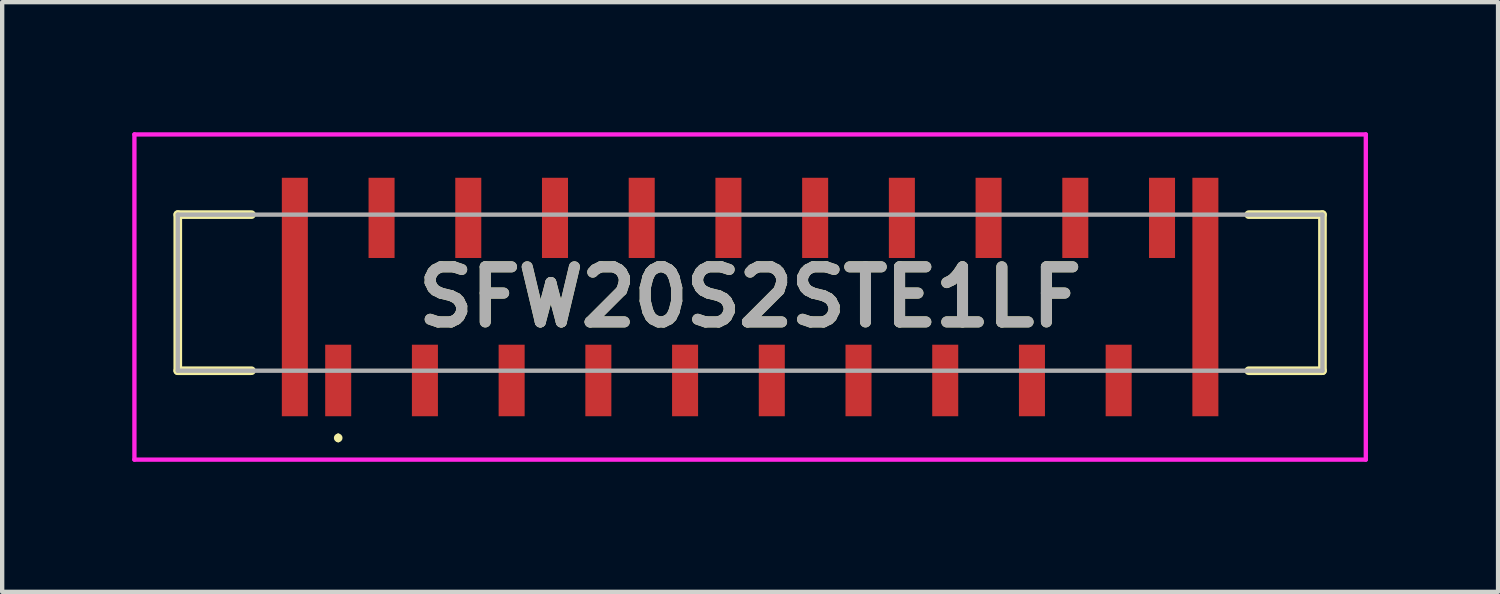
<source format=kicad_pcb>
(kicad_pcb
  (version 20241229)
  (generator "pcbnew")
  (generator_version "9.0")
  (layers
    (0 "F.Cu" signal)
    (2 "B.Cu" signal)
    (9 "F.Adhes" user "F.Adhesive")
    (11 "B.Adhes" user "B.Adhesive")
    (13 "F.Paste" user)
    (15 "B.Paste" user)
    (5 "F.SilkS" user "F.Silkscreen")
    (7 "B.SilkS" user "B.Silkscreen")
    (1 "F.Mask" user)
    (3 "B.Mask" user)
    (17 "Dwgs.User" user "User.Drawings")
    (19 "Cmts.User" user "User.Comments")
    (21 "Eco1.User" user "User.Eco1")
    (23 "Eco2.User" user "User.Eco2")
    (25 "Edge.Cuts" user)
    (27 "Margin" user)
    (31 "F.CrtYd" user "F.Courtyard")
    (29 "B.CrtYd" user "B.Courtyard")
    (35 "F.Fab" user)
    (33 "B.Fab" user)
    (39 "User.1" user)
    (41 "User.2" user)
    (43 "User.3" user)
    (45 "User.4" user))
  (footprint "SFW20S2STE1LF"
    (layer "F.Cu")
    (at 14.25 3.8)
    (property "Reference" "SFW20S2STE1LF" (at 0 0 0) (layer "F.SilkS") (effects (font (size 1.27 1.27) (thickness 0.254))))
    (attr smd)
    (fp_line (start -13.2 -1.9) (end -13.2 1.7) (stroke (width 0.2) (type solid)) (layer "F.SilkS"))
    (fp_line (start -13.2 1.7) (end -11.5 1.7) (stroke (width 0.2) (type solid)) (layer "F.SilkS"))
    (fp_line (start -11.5 -1.9) (end -13.2 -1.9) (stroke (width 0.2) (type solid)) (layer "F.SilkS"))
    (fp_line (start -9.5 3.2) (end -9.5 3.2) (stroke (width 0.1) (type solid)) (layer "F.SilkS"))
    (fp_line (start -9.5 3.3) (end -9.5 3.3) (stroke (width 0.1) (type solid)) (layer "F.SilkS"))
    (fp_line (start 11.5 -1.9) (end 13.2 -1.9) (stroke (width 0.2) (type solid)) (layer "F.SilkS"))
    (fp_line (start 13.2 -1.9) (end 13.2 1.7) (stroke (width 0.2) (type solid)) (layer "F.SilkS"))
    (fp_line (start 13.2 1.7) (end 11.5 1.7) (stroke (width 0.2) (type solid)) (layer "F.SilkS"))
    (fp_arc (start -9.5 3.2) (mid -9.45 3.25) (end -9.5 3.3) (stroke (width 0.1) (type solid)) (layer "F.SilkS"))
    (fp_arc (start -9.5 3.3) (mid -9.55 3.25) (end -9.5 3.2) (stroke (width 0.1) (type solid)) (layer "F.SilkS"))
    (fp_line (start -14.2 -3.75) (end 14.2 -3.75) (stroke (width 0.1) (type solid)) (layer "F.CrtYd"))
    (fp_line (start -14.2 3.75) (end -14.2 -3.75) (stroke (width 0.1) (type solid)) (layer "F.CrtYd"))
    (fp_line (start 14.2 -3.75) (end 14.2 3.75) (stroke (width 0.1) (type solid)) (layer "F.CrtYd"))
    (fp_line (start 14.2 3.75) (end -14.2 3.75) (stroke (width 0.1) (type solid)) (layer "F.CrtYd"))
    (fp_line (start -13.2 -1.9) (end 13.2 -1.9) (stroke (width 0.1) (type solid)) (layer "F.Fab"))
    (fp_line (start -13.2 1.7) (end -13.2 -1.9) (stroke (width 0.1) (type solid)) (layer "F.Fab"))
    (fp_line (start 13.2 -1.9) (end 13.2 1.7) (stroke (width 0.1) (type solid)) (layer "F.Fab"))
    (fp_line (start 13.2 1.7) (end -13.2 1.7) (stroke (width 0.1) (type solid)) (layer "F.Fab"))
    (fp_text user "${REFERENCE}" (at 0 0 0) (layer "F.Fab") (effects (font (size 1.27 1.27) (thickness 0.254))))
    (pad "1" smd rect (at -9.5 1.925) (size 0.6 1.65) (layers "F.Cu" "F.Mask" "F.Paste"))
    (pad "2" smd rect (at -8.5 -1.825) (size 0.6 1.85) (layers "F.Cu" "F.Mask" "F.Paste"))
    (pad "3" smd rect (at -7.5 1.925) (size 0.6 1.65) (layers "F.Cu" "F.Mask" "F.Paste"))
    (pad "4" smd rect (at -6.5 -1.825) (size 0.6 1.85) (layers "F.Cu" "F.Mask" "F.Paste"))
    (pad "5" smd rect (at -5.5 1.925) (size 0.6 1.65) (layers "F.Cu" "F.Mask" "F.Paste"))
    (pad "6" smd rect (at -4.5 -1.825) (size 0.6 1.85) (layers "F.Cu" "F.Mask" "F.Paste"))
    (pad "7" smd rect (at -3.5 1.925) (size 0.6 1.65) (layers "F.Cu" "F.Mask" "F.Paste"))
    (pad "8" smd rect (at -2.5 -1.825) (size 0.6 1.85) (layers "F.Cu" "F.Mask" "F.Paste"))
    (pad "9" smd rect (at -1.5 1.925) (size 0.6 1.65) (layers "F.Cu" "F.Mask" "F.Paste"))
    (pad "10" smd rect (at -0.5 -1.825) (size 0.6 1.85) (layers "F.Cu" "F.Mask" "F.Paste"))
    (pad "11" smd rect (at 0.5 1.925) (size 0.6 1.65) (layers "F.Cu" "F.Mask" "F.Paste"))
    (pad "12" smd rect (at 1.5 -1.825) (size 0.6 1.85) (layers "F.Cu" "F.Mask" "F.Paste"))
    (pad "13" smd rect (at 2.5 1.925) (size 0.6 1.65) (layers "F.Cu" "F.Mask" "F.Paste"))
    (pad "14" smd rect (at 3.5 -1.825) (size 0.6 1.85) (layers "F.Cu" "F.Mask" "F.Paste"))
    (pad "15" smd rect (at 4.5 1.925) (size 0.6 1.65) (layers "F.Cu" "F.Mask" "F.Paste"))
    (pad "16" smd rect (at 5.5 -1.825) (size 0.6 1.85) (layers "F.Cu" "F.Mask" "F.Paste"))
    (pad "17" smd rect (at 6.5 1.925) (size 0.6 1.65) (layers "F.Cu" "F.Mask" "F.Paste"))
    (pad "18" smd rect (at 7.5 -1.825) (size 0.6 1.85) (layers "F.Cu" "F.Mask" "F.Paste"))
    (pad "19" smd rect (at 8.5 1.925) (size 0.6 1.65) (layers "F.Cu" "F.Mask" "F.Paste"))
    (pad "20" smd rect (at 9.5 -1.825) (size 0.6 1.85) (layers "F.Cu" "F.Mask" "F.Paste"))
    (pad "MP1" smd rect (at -10.5 0) (size 0.6 5.5) (layers "F.Cu" "F.Mask" "F.Paste"))
    (pad "MP2" smd rect (at 10.5 0) (size 0.6 5.5) (layers "F.Cu" "F.Mask" "F.Paste")))
  (gr_rect
    (start -3 -3)
    (end 31.5 10.6)
    (stroke (width 0.1) (type default))
    (fill no)
    (layer "Edge.Cuts")))
</source>
